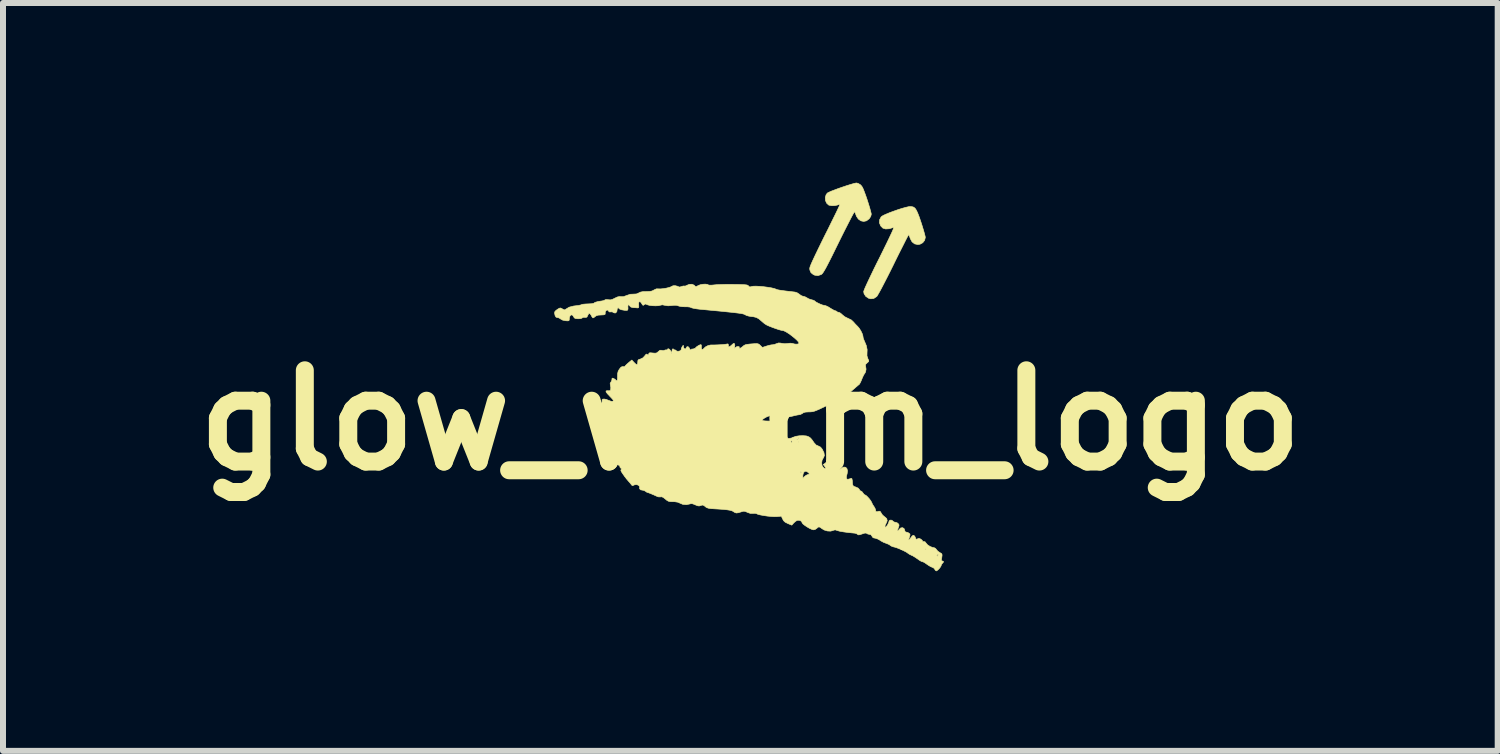
<source format=kicad_pcb>
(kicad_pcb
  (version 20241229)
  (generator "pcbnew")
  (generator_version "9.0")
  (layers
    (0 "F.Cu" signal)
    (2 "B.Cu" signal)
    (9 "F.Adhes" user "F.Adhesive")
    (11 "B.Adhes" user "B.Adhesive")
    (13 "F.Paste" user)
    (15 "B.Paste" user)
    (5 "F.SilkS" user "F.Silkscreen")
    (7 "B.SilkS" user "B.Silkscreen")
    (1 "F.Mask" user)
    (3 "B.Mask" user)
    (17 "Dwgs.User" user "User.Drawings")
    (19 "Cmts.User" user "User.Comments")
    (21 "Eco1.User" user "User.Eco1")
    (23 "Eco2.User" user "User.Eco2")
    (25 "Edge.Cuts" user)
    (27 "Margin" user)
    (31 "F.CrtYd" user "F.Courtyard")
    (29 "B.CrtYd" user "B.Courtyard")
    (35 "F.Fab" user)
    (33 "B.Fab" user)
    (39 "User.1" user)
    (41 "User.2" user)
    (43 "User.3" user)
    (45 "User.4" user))
  (footprint "glow_worm_logo"
    (layer "F.Cu")
    (at 9.478 3.967)
    (property "Reference" "glow_worm_logo" (at 0 0 0) (layer "F.SilkS") (effects (font (size 1.524 1.524) (thickness 0.3))))
    (attr through_hole)
    (fp_poly (pts (xy 2.7 -3.566) (xy 2.727 -3.558) (xy 2.75 -3.54) (xy 2.771 -3.509) (xy 2.793 -3.463) (xy 2.818 -3.399) (xy 2.847 -3.314) (xy 2.85 -3.305) (xy 2.873 -3.233) (xy 2.893 -3.166) (xy 2.909 -3.11) (xy 2.919 -3.069) (xy 2.921 -3.05) (xy 2.909 -3.003) (xy 2.878 -2.964) (xy 2.834 -2.94) (xy 2.797 -2.934) (xy 2.743 -2.945) (xy 2.7 -2.979) (xy 2.67 -3.034) (xy 2.666 -3.047) (xy 2.655 -3.078) (xy 2.645 -3.097) (xy 2.643 -3.098) (xy 2.636 -3.087) (xy 2.619 -3.056) (xy 2.593 -3.006) (xy 2.56 -2.94) (xy 2.52 -2.861) (xy 2.474 -2.77) (xy 2.425 -2.671) (xy 2.389 -2.597) (xy 2.334 -2.486) (xy 2.282 -2.383) (xy 2.234 -2.29) (xy 2.193 -2.211) (xy 2.158 -2.146) (xy 2.131 -2.099) (xy 2.114 -2.071) (xy 2.109 -2.066) (xy 2.061 -2.034) (xy 2.011 -2.028) (xy 1.973 -2.038) (xy 1.927 -2.069) (xy 1.899 -2.112) (xy 1.892 -2.149) (xy 1.898 -2.168) (xy 1.914 -2.208) (xy 1.94 -2.266) (xy 1.975 -2.341) (xy 2.018 -2.431) (xy 2.067 -2.533) (xy 2.123 -2.646) (xy 2.154 -2.707) (xy 2.222 -2.845) (xy 2.279 -2.961) (xy 2.324 -3.055) (xy 2.358 -3.127) (xy 2.381 -3.179) (xy 2.392 -3.21) (xy 2.393 -3.22) (xy 2.392 -3.22) (xy 2.318 -3.198) (xy 2.259 -3.194) (xy 2.213 -3.208) (xy 2.179 -3.242) (xy 2.176 -3.246) (xy 2.155 -3.297) (xy 2.158 -3.348) (xy 2.182 -3.393) (xy 2.192 -3.403) (xy 2.219 -3.42) (xy 2.265 -3.441) (xy 2.325 -3.466) (xy 2.393 -3.491) (xy 2.464 -3.516) (xy 2.533 -3.538) (xy 2.595 -3.555) (xy 2.643 -3.566) (xy 2.668 -3.569) (xy 2.7 -3.566)) (stroke (width 0.01) (type solid)) (fill yes) (layer "F.SilkS"))
    (fp_poly (pts (xy 1.801 -3.954) (xy 1.834 -3.935) (xy 1.84 -3.93) (xy 1.855 -3.914) (xy 1.871 -3.891) (xy 1.887 -3.857) (xy 1.906 -3.808) (xy 1.93 -3.742) (xy 1.949 -3.686) (xy 1.972 -3.614) (xy 1.992 -3.549) (xy 2.007 -3.494) (xy 2.017 -3.455) (xy 2.019 -3.439) (xy 2.01 -3.404) (xy 1.986 -3.367) (xy 1.982 -3.363) (xy 1.939 -3.33) (xy 1.892 -3.32) (xy 1.845 -3.33) (xy 1.803 -3.36) (xy 1.771 -3.408) (xy 1.764 -3.428) (xy 1.752 -3.46) (xy 1.742 -3.481) (xy 1.741 -3.483) (xy 1.734 -3.474) (xy 1.716 -3.444) (xy 1.69 -3.396) (xy 1.657 -3.332) (xy 1.617 -3.254) (xy 1.571 -3.164) (xy 1.521 -3.064) (xy 1.476 -2.973) (xy 1.414 -2.847) (xy 1.363 -2.743) (xy 1.32 -2.658) (xy 1.285 -2.59) (xy 1.257 -2.537) (xy 1.234 -2.498) (xy 1.216 -2.469) (xy 1.202 -2.45) (xy 1.19 -2.438) (xy 1.182 -2.433) (xy 1.128 -2.415) (xy 1.076 -2.422) (xy 1.051 -2.433) (xy 1.012 -2.465) (xy 0.993 -2.51) (xy 0.991 -2.539) (xy 0.997 -2.562) (xy 1.014 -2.606) (xy 1.043 -2.671) (xy 1.084 -2.758) (xy 1.135 -2.864) (xy 1.196 -2.989) (xy 1.245 -3.088) (xy 1.298 -3.193) (xy 1.346 -3.291) (xy 1.39 -3.38) (xy 1.428 -3.457) (xy 1.458 -3.52) (xy 1.48 -3.567) (xy 1.492 -3.595) (xy 1.495 -3.602) (xy 1.48 -3.602) (xy 1.455 -3.594) (xy 1.408 -3.584) (xy 1.357 -3.583) (xy 1.315 -3.591) (xy 1.307 -3.594) (xy 1.273 -3.626) (xy 1.254 -3.67) (xy 1.251 -3.72) (xy 1.265 -3.766) (xy 1.286 -3.794) (xy 1.307 -3.805) (xy 1.346 -3.823) (xy 1.401 -3.844) (xy 1.465 -3.868) (xy 1.534 -3.892) (xy 1.602 -3.915) (xy 1.666 -3.935) (xy 1.72 -3.951) (xy 1.758 -3.96) (xy 1.774 -3.962) (xy 1.801 -3.954)) (stroke (width 0.01) (type solid)) (fill yes) (layer "F.SilkS"))
    (fp_poly (pts (xy -0.715 -2.268) (xy -0.704 -2.261) (xy -0.685 -2.256) (xy -0.645 -2.256) (xy -0.603 -2.26) (xy -0.561 -2.264) (xy -0.499 -2.266) (xy -0.425 -2.268) (xy -0.344 -2.269) (xy -0.281 -2.268) (xy -0.198 -2.267) (xy -0.136 -2.265) (xy -0.093 -2.263) (xy -0.064 -2.26) (xy -0.046 -2.255) (xy -0.035 -2.248) (xy -0.03 -2.242) (xy -0.013 -2.226) (xy 0.009 -2.229) (xy 0.018 -2.232) (xy 0.047 -2.238) (xy 0.094 -2.239) (xy 0.155 -2.236) (xy 0.222 -2.23) (xy 0.289 -2.221) (xy 0.351 -2.211) (xy 0.401 -2.199) (xy 0.434 -2.187) (xy 0.438 -2.184) (xy 0.456 -2.179) (xy 0.492 -2.172) (xy 0.542 -2.165) (xy 0.578 -2.16) (xy 0.637 -2.153) (xy 0.69 -2.147) (xy 0.73 -2.142) (xy 0.744 -2.141) (xy 0.781 -2.129) (xy 0.816 -2.106) (xy 0.819 -2.103) (xy 0.85 -2.081) (xy 0.879 -2.07) (xy 0.883 -2.07) (xy 0.913 -2.062) (xy 0.942 -2.046) (xy 0.976 -2.027) (xy 1.017 -2.013) (xy 1.02 -2.013) (xy 1.052 -2.004) (xy 1.073 -1.994) (xy 1.074 -1.992) (xy 1.092 -1.977) (xy 1.126 -1.958) (xy 1.167 -1.939) (xy 1.206 -1.924) (xy 1.234 -1.918) (xy 1.237 -1.918) (xy 1.263 -1.911) (xy 1.301 -1.893) (xy 1.333 -1.873) (xy 1.371 -1.85) (xy 1.401 -1.834) (xy 1.417 -1.829) (xy 1.438 -1.821) (xy 1.441 -1.816) (xy 1.459 -1.805) (xy 1.473 -1.803) (xy 1.495 -1.795) (xy 1.525 -1.772) (xy 1.537 -1.76) (xy 1.577 -1.728) (xy 1.623 -1.705) (xy 1.63 -1.702) (xy 1.686 -1.675) (xy 1.721 -1.642) (xy 1.751 -1.608) (xy 1.781 -1.577) (xy 1.788 -1.571) (xy 1.817 -1.537) (xy 1.845 -1.493) (xy 1.867 -1.448) (xy 1.879 -1.41) (xy 1.88 -1.401) (xy 1.885 -1.37) (xy 1.9 -1.332) (xy 1.904 -1.323) (xy 1.936 -1.247) (xy 1.95 -1.179) (xy 1.948 -1.128) (xy 1.947 -1.075) (xy 1.962 -1.03) (xy 1.962 -1.028) (xy 1.976 -1) (xy 1.976 -0.983) (xy 1.96 -0.966) (xy 1.95 -0.958) (xy 1.926 -0.935) (xy 1.922 -0.913) (xy 1.925 -0.9) (xy 1.932 -0.853) (xy 1.924 -0.809) (xy 1.913 -0.787) (xy 1.895 -0.761) (xy 1.875 -0.72) (xy 1.85 -0.659) (xy 1.848 -0.654) (xy 1.832 -0.621) (xy 1.818 -0.599) (xy 1.814 -0.596) (xy 1.795 -0.581) (xy 1.76 -0.551) (xy 1.711 -0.508) (xy 1.651 -0.455) (xy 1.616 -0.422) (xy 1.578 -0.39) (xy 1.543 -0.367) (xy 1.519 -0.356) (xy 1.516 -0.356) (xy 1.487 -0.347) (xy 1.473 -0.337) (xy 1.451 -0.32) (xy 1.44 -0.318) (xy 1.414 -0.312) (xy 1.4 -0.306) (xy 1.381 -0.296) (xy 1.344 -0.278) (xy 1.293 -0.253) (xy 1.235 -0.225) (xy 1.218 -0.217) (xy 1.151 -0.185) (xy 1.102 -0.164) (xy 1.064 -0.15) (xy 1.032 -0.143) (xy 1 -0.14) (xy 0.977 -0.14) (xy 0.924 -0.137) (xy 0.889 -0.128) (xy 0.873 -0.117) (xy 0.841 -0.099) (xy 0.815 -0.093) (xy 0.784 -0.088) (xy 0.74 -0.079) (xy 0.711 -0.071) (xy 0.664 -0.061) (xy 0.605 -0.055) (xy 0.541 -0.053) (xy 0.481 -0.054) (xy 0.431 -0.06) (xy 0.4 -0.068) (xy 0.368 -0.077) (xy 0.338 -0.078) (xy 0.309 -0.071) (xy 0.273 -0.057) (xy 0.238 -0.038) (xy 0.211 -0.019) (xy 0.197 -0.003) (xy 0.198 0.001) (xy 0.213 0.007) (xy 0.247 0.011) (xy 0.292 0.013) (xy 0.298 0.013) (xy 0.347 0.013) (xy 0.377 0.016) (xy 0.396 0.025) (xy 0.411 0.041) (xy 0.42 0.054) (xy 0.439 0.081) (xy 0.451 0.098) (xy 0.453 0.1) (xy 0.467 0.105) (xy 0.489 0.109) (xy 0.522 0.117) (xy 0.541 0.128) (xy 0.558 0.151) (xy 0.579 0.189) (xy 0.597 0.231) (xy 0.608 0.268) (xy 0.61 0.281) (xy 0.62 0.299) (xy 0.646 0.305) (xy 0.676 0.298) (xy 0.8 0.298) (xy 0.806 0.305) (xy 0.813 0.298) (xy 0.806 0.292) (xy 0.8 0.298) (xy 0.676 0.298) (xy 0.685 0.297) (xy 0.715 0.284) (xy 0.759 0.268) (xy 0.817 0.259) (xy 0.878 0.257) (xy 0.932 0.261) (xy 0.957 0.268) (xy 0.984 0.281) (xy 1.006 0.298) (xy 1.029 0.325) (xy 1.059 0.368) (xy 1.061 0.372) (xy 1.098 0.413) (xy 1.132 0.428) (xy 1.172 0.448) (xy 1.199 0.481) (xy 1.229 0.541) (xy 1.236 0.59) (xy 1.22 0.627) (xy 1.218 0.629) (xy 1.198 0.666) (xy 1.191 0.711) (xy 1.197 0.755) (xy 1.216 0.787) (xy 1.218 0.789) (xy 1.247 0.809) (xy 1.261 0.81) (xy 1.257 0.794) (xy 1.245 0.775) (xy 1.218 0.738) (xy 1.25 0.717) (xy 1.273 0.694) (xy 1.273 0.675) (xy 1.27 0.661) (xy 1.282 0.667) (xy 1.283 0.669) (xy 1.31 0.682) (xy 1.333 0.688) (xy 1.353 0.693) (xy 1.363 0.708) (xy 1.368 0.739) (xy 1.369 0.753) (xy 1.374 0.787) (xy 1.381 0.805) (xy 1.385 0.806) (xy 1.396 0.808) (xy 1.397 0.812) (xy 1.406 0.816) (xy 1.428 0.806) (xy 1.431 0.804) (xy 1.468 0.784) (xy 1.49 0.78) (xy 1.496 0.795) (xy 1.495 0.8) (xy 1.492 0.815) (xy 1.5 0.815) (xy 1.522 0.8) (xy 1.524 0.798) (xy 1.561 0.781) (xy 1.592 0.785) (xy 1.613 0.808) (xy 1.622 0.844) (xy 1.616 0.892) (xy 1.612 0.906) (xy 1.604 0.941) (xy 1.604 0.969) (xy 1.605 0.971) (xy 1.614 0.983) (xy 1.631 0.985) (xy 1.662 0.977) (xy 1.685 0.969) (xy 1.696 0.976) (xy 1.702 1.006) (xy 1.704 1.031) (xy 1.707 1.07) (xy 1.715 1.092) (xy 1.731 1.105) (xy 1.761 1.115) (xy 1.8 1.133) (xy 1.819 1.154) (xy 1.82 1.157) (xy 1.833 1.177) (xy 1.845 1.181) (xy 1.863 1.191) (xy 1.88 1.213) (xy 1.897 1.236) (xy 1.911 1.245) (xy 1.93 1.254) (xy 1.956 1.278) (xy 1.985 1.31) (xy 2.01 1.343) (xy 2.025 1.37) (xy 2.026 1.372) (xy 2.04 1.404) (xy 2.063 1.439) (xy 2.065 1.441) (xy 2.083 1.473) (xy 2.092 1.502) (xy 2.091 1.505) (xy 2.097 1.525) (xy 2.121 1.527) (xy 2.148 1.518) (xy 2.166 1.52) (xy 2.182 1.543) (xy 2.184 1.548) (xy 2.206 1.581) (xy 2.238 1.609) (xy 2.243 1.612) (xy 2.277 1.642) (xy 2.285 1.677) (xy 2.269 1.716) (xy 2.267 1.72) (xy 2.252 1.75) (xy 2.248 1.769) (xy 2.251 1.786) (xy 2.263 1.781) (xy 2.268 1.777) (xy 2.29 1.75) (xy 2.308 1.713) (xy 2.317 1.683) (xy 2.328 1.669) (xy 2.35 1.666) (xy 2.372 1.675) (xy 2.377 1.681) (xy 2.398 1.698) (xy 2.418 1.702) (xy 2.449 1.711) (xy 2.468 1.725) (xy 2.481 1.743) (xy 2.482 1.761) (xy 2.472 1.79) (xy 2.47 1.796) (xy 2.457 1.832) (xy 2.456 1.849) (xy 2.466 1.846) (xy 2.483 1.824) (xy 2.51 1.798) (xy 2.54 1.793) (xy 2.565 1.806) (xy 2.578 1.835) (xy 2.578 1.844) (xy 2.588 1.864) (xy 2.601 1.867) (xy 2.63 1.874) (xy 2.648 1.885) (xy 2.664 1.899) (xy 2.666 1.916) (xy 2.657 1.946) (xy 2.656 1.949) (xy 2.645 1.986) (xy 2.646 2) (xy 2.658 1.992) (xy 2.678 1.963) (xy 2.704 1.929) (xy 2.726 1.92) (xy 2.745 1.936) (xy 2.754 1.956) (xy 2.765 1.982) (xy 2.778 1.987) (xy 2.791 1.98) (xy 2.814 1.972) (xy 2.839 1.981) (xy 2.849 1.987) (xy 2.87 2.005) (xy 2.877 2.019) (xy 2.876 2.02) (xy 2.881 2.025) (xy 2.893 2.024) (xy 2.917 2.029) (xy 2.934 2.051) (xy 2.96 2.081) (xy 3.001 2.107) (xy 3.044 2.124) (xy 3.067 2.127) (xy 3.09 2.138) (xy 3.107 2.158) (xy 3.129 2.185) (xy 3.162 2.208) (xy 3.165 2.21) (xy 3.188 2.222) (xy 3.199 2.235) (xy 3.201 2.256) (xy 3.196 2.293) (xy 3.192 2.315) (xy 3.19 2.341) (xy 3.202 2.349) (xy 3.205 2.349) (xy 3.224 2.356) (xy 3.221 2.373) (xy 3.207 2.388) (xy 3.191 2.409) (xy 3.188 2.42) (xy 3.179 2.442) (xy 3.159 2.47) (xy 3.134 2.496) (xy 3.112 2.513) (xy 3.105 2.515) (xy 3.088 2.504) (xy 3.08 2.489) (xy 3.062 2.467) (xy 3.038 2.455) (xy 3.009 2.443) (xy 2.971 2.42) (xy 2.949 2.405) (xy 2.915 2.381) (xy 2.886 2.365) (xy 2.874 2.362) (xy 2.853 2.355) (xy 2.821 2.336) (xy 2.789 2.313) (xy 2.749 2.286) (xy 2.713 2.264) (xy 2.709 2.262) (xy 3.111 2.262) (xy 3.119 2.269) (xy 3.124 2.267) (xy 3.136 2.25) (xy 3.137 2.246) (xy 3.129 2.24) (xy 3.124 2.242) (xy 3.112 2.258) (xy 3.111 2.262) (xy 2.709 2.262) (xy 2.692 2.255) (xy 2.657 2.238) (xy 2.635 2.223) (xy 2.604 2.201) (xy 2.557 2.177) (xy 2.505 2.153) (xy 2.921 2.153) (xy 2.927 2.159) (xy 2.934 2.153) (xy 2.927 2.146) (xy 2.921 2.153) (xy 2.505 2.153) (xy 2.503 2.152) (xy 2.45 2.131) (xy 2.406 2.117) (xy 2.398 2.116) (xy 2.363 2.105) (xy 2.338 2.091) (xy 2.337 2.089) (xy 2.315 2.074) (xy 2.28 2.059) (xy 2.269 2.055) (xy 2.224 2.038) (xy 2.178 2.013) (xy 2.166 2.004) (xy 2.128 1.983) (xy 2.092 1.97) (xy 2.08 1.968) (xy 2.049 1.961) (xy 2.032 1.937) (xy 2.012 1.91) (xy 1.99 1.905) (xy 1.96 1.899) (xy 1.946 1.89) (xy 1.93 1.883) (xy 1.905 1.885) (xy 1.866 1.898) (xy 1.826 1.911) (xy 1.803 1.913) (xy 1.791 1.906) (xy 1.791 1.905) (xy 1.771 1.892) (xy 1.744 1.885) (xy 1.642 1.875) (xy 1.559 1.864) (xy 1.495 1.853) (xy 1.455 1.842) (xy 1.452 1.841) (xy 1.419 1.83) (xy 1.393 1.834) (xy 1.38 1.841) (xy 1.338 1.851) (xy 1.285 1.848) (xy 1.233 1.832) (xy 1.195 1.809) (xy 1.164 1.786) (xy 1.142 1.78) (xy 1.122 1.792) (xy 1.111 1.803) (xy 1.081 1.823) (xy 1.054 1.829) (xy 1.027 1.822) (xy 0.989 1.805) (xy 0.948 1.781) (xy 0.909 1.755) (xy 0.879 1.731) (xy 0.864 1.712) (xy 0.864 1.709) (xy 0.853 1.687) (xy 0.826 1.672) (xy 0.794 1.669) (xy 0.784 1.671) (xy 0.756 1.686) (xy 0.727 1.712) (xy 0.724 1.715) (xy 0.692 1.751) (xy 0.626 1.724) (xy 0.582 1.702) (xy 0.555 1.677) (xy 0.539 1.648) (xy 0.517 1.601) (xy 0.446 1.608) (xy 0.403 1.609) (xy 0.347 1.606) (xy 0.286 1.6) (xy 0.224 1.591) (xy 0.17 1.581) (xy 0.128 1.571) (xy 0.107 1.561) (xy 0.08 1.553) (xy 0.045 1.555) (xy 0.000172 1.555) (xy -0.048 1.538) (xy -0.05 1.537) (xy -0.084 1.522) (xy -0.11 1.518) (xy -0.141 1.525) (xy -0.155 1.53) (xy -0.202 1.544) (xy -0.235 1.548) (xy -0.261 1.539) (xy -0.281 1.526) (xy -0.303 1.513) (xy -0.337 1.503) (xy -0.386 1.495) (xy -0.452 1.488) (xy -0.539 1.482) (xy -0.59 1.479) (xy -0.654 1.475) (xy -0.697 1.469) (xy -0.725 1.46) (xy -0.742 1.45) (xy -0.774 1.424) (xy -0.798 1.415) (xy -0.823 1.421) (xy -0.83 1.424) (xy -0.855 1.431) (xy -0.882 1.427) (xy -0.92 1.412) (xy -0.961 1.395) (xy -0.991 1.392) (xy -1.01 1.397) (xy -1.068 1.409) (xy -1.127 1.404) (xy -1.175 1.384) (xy -1.211 1.368) (xy -1.26 1.36) (xy -1.292 1.359) (xy -1.338 1.358) (xy -1.369 1.351) (xy -1.395 1.336) (xy -1.42 1.315) (xy -1.456 1.287) (xy -1.483 1.277) (xy -1.497 1.279) (xy -1.532 1.279) (xy -1.553 1.273) (xy -1.612 1.246) (xy -1.662 1.225) (xy -1.698 1.211) (xy -1.715 1.206) (xy -1.735 1.198) (xy -1.748 1.187) (xy -1.776 1.172) (xy -1.795 1.168) (xy -1.832 1.161) (xy -1.85 1.142) (xy -1.849 1.122) (xy -1.853 1.099) (xy -1.874 1.082) (xy -1.904 1.074) (xy -1.935 1.078) (xy -1.943 1.082) (xy -1.966 1.092) (xy -1.982 1.082) (xy -1.988 1.073) (xy -2.01 1.045) (xy -2.036 1.016) (xy -2.068 0.978) (xy -2.104 0.932) (xy -2.107 0.926) (xy 0.877 0.926) (xy 0.877 0.972) (xy 0.9 0.944) (xy 0.93 0.919) (xy 0.958 0.907) (xy 0.981 0.9) (xy 0.982 0.889) (xy 0.97 0.875) (xy 0.939 0.853) (xy 0.91 0.853) (xy 0.888 0.875) (xy 0.877 0.914) (xy 0.877 0.926) (xy -2.107 0.926) (xy -2.129 0.895) (xy 0.832 0.895) (xy 0.84 0.893) (xy 0.84 0.892) (xy 0.849 0.87) (xy 0.848 0.862) (xy 0.842 0.859) (xy 0.835 0.875) (xy 0.832 0.895) (xy -2.129 0.895) (xy -2.135 0.887) (xy -2.155 0.855) (xy -2.163 0.832) (xy -2.155 0.821) (xy -2.155 0.821) (xy -2.15 0.811) (xy -2.162 0.8) (xy -2.177 0.784) (xy -2.178 0.774) (xy -2.182 0.761) (xy -2.203 0.747) (xy -2.225 0.735) (xy -2.227 0.722) (xy -2.215 0.701) (xy -2.205 0.682) (xy -2.208 0.678) (xy -2.209 0.679) (xy -2.229 0.682) (xy -2.263 0.681) (xy -2.28 0.679) (xy -2.315 0.672) (xy -2.332 0.662) (xy -2.337 0.644) (xy -2.337 0.634) (xy -2.332 0.605) (xy -2.321 0.589) (xy -2.317 0.579) (xy -2.337 0.571) (xy -2.361 0.558) (xy -2.365 0.542) (xy -2.367 0.524) (xy -2.372 0.521) (xy -2.379 0.51) (xy -2.381 0.486) (xy -2.389 0.445) (xy -2.414 0.416) (xy -2.447 0.406) (xy -2.47 0.405) (xy -2.477 0.403) (xy -2.479 0.39) (xy -2.483 0.36) (xy -2.483 0.356) (xy 0.676 0.356) (xy 0.681 0.37) (xy 0.69 0.38) (xy 0.696 0.37) (xy 0.696 0.368) (xy 0.8 0.368) (xy 0.805 0.379) (xy 0.809 0.377) (xy 0.81 0.362) (xy 0.809 0.36) (xy 0.801 0.362) (xy 0.8 0.368) (xy 0.696 0.368) (xy 0.696 0.35) (xy 0.693 0.346) (xy 0.681 0.343) (xy 0.676 0.356) (xy -2.483 0.356) (xy -2.485 0.344) (xy -2.488 0.324) (xy 0.775 0.324) (xy 0.781 0.33) (xy 0.787 0.324) (xy 0.781 0.318) (xy 0.775 0.324) (xy -2.488 0.324) (xy -2.493 0.303) (xy -2.505 0.269) (xy -2.509 0.262) (xy -2.524 0.23) (xy -2.525 0.204) (xy -2.513 0.191) (xy -2.508 0.191) (xy -2.491 0.184) (xy -2.489 0.178) (xy -2.499 0.166) (xy -2.508 0.165) (xy -2.526 0.154) (xy -2.536 0.124) (xy -2.538 0.082) (xy -2.534 0.056) (xy -2.532 0.019) (xy -2.539 -0.006) (xy -2.545 -0.019) (xy -2.548 -0.044) (xy -2.547 -0.083) (xy -2.541 -0.141) (xy -2.532 -0.219) (xy -2.525 -0.257) (xy -2.515 -0.275) (xy -2.501 -0.279) (xy -2.48 -0.289) (xy -2.474 -0.319) (xy -2.476 -0.34) (xy -2.467 -0.352) (xy -2.442 -0.355) (xy -2.406 -0.348) (xy -2.366 -0.332) (xy -2.365 -0.332) (xy -2.325 -0.317) (xy -2.297 -0.316) (xy -2.286 -0.329) (xy -2.286 -0.331) (xy -2.294 -0.344) (xy -2.317 -0.37) (xy -2.348 -0.402) (xy -2.349 -0.404) (xy -2.389 -0.446) (xy -2.409 -0.474) (xy -2.409 -0.49) (xy -2.389 -0.494) (xy -2.376 -0.493) (xy -2.347 -0.493) (xy -2.334 -0.506) (xy -2.332 -0.515) (xy -2.33 -0.546) (xy -2.336 -0.581) (xy -2.341 -0.614) (xy -2.331 -0.634) (xy -2.329 -0.636) (xy -2.315 -0.66) (xy -2.311 -0.681) (xy -2.309 -0.701) (xy -2.297 -0.703) (xy -2.28 -0.696) (xy -2.256 -0.682) (xy -2.248 -0.671) (xy -2.238 -0.661) (xy -2.232 -0.66) (xy -2.222 -0.67) (xy -2.218 -0.702) (xy -2.218 -0.733) (xy -2.216 -0.782) (xy -2.207 -0.818) (xy -2.187 -0.853) (xy -2.186 -0.854) (xy -2.161 -0.885) (xy -2.14 -0.896) (xy -2.124 -0.895) (xy -2.102 -0.894) (xy -2.096 -0.899) (xy -2.086 -0.912) (xy -2.063 -0.935) (xy -2.037 -0.958) (xy -1.979 -1.006) (xy -1.943 -0.967) (xy -1.912 -0.937) (xy -1.892 -0.93) (xy -1.882 -0.944) (xy -1.88 -0.97) (xy -1.877 -1) (xy -1.863 -1.015) (xy -1.838 -1.021) (xy -1.794 -1.042) (xy -1.765 -1.073) (xy -1.744 -1.099) (xy -1.731 -1.106) (xy -1.719 -1.098) (xy -1.707 -1.087) (xy -1.7 -1.098) (xy -1.698 -1.105) (xy -1.691 -1.121) (xy -1.677 -1.127) (xy -1.647 -1.125) (xy -1.629 -1.123) (xy -1.59 -1.12) (xy -1.565 -1.124) (xy -1.544 -1.14) (xy -1.536 -1.147) (xy -1.511 -1.168) (xy -1.49 -1.17) (xy -1.483 -1.167) (xy -1.45 -1.163) (xy -1.435 -1.169) (xy -1.41 -1.176) (xy -1.397 -1.175) (xy -1.385 -1.176) (xy -1.384 -1.18) (xy -1.377 -1.194) (xy -1.361 -1.192) (xy -1.342 -1.176) (xy -1.327 -1.153) (xy -1.309 -1.111) (xy -1.309 -1.153) (xy -1.304 -1.183) (xy -1.292 -1.194) (xy -1.277 -1.183) (xy -1.276 -1.181) (xy -1.262 -1.173) (xy -1.258 -1.174) (xy -1.245 -1.171) (xy -1.241 -1.164) (xy -1.225 -1.153) (xy -1.198 -1.152) (xy -1.171 -1.16) (xy -1.156 -1.175) (xy -1.155 -1.179) (xy -1.151 -1.202) (xy -1.14 -1.225) (xy -1.128 -1.244) (xy -1.119 -1.25) (xy -1.117 -1.245) (xy -1.115 -1.222) (xy -1.116 -1.217) (xy -1.108 -1.203) (xy -1.099 -1.194) (xy -1.084 -1.188) (xy -1.074 -1.204) (xy -1.073 -1.206) (xy -1.058 -1.228) (xy -1.038 -1.228) (xy -1.019 -1.207) (xy -1.015 -1.197) (xy -1.004 -1.175) (xy -0.994 -1.176) (xy -0.991 -1.18) (xy -0.975 -1.191) (xy -0.967 -1.189) (xy -0.95 -1.19) (xy -0.946 -1.194) (xy -0.93 -1.201) (xy -0.923 -1.198) (xy -0.915 -1.196) (xy -0.918 -1.2) (xy -0.914 -1.212) (xy -0.894 -1.229) (xy -0.868 -1.246) (xy -0.842 -1.259) (xy -0.824 -1.263) (xy -0.823 -1.262) (xy -0.817 -1.247) (xy -0.818 -1.219) (xy -0.815 -1.19) (xy -0.801 -1.18) (xy -0.783 -1.191) (xy -0.779 -1.197) (xy -0.749 -1.225) (xy -0.707 -1.247) (xy -0.662 -1.257) (xy -0.658 -1.257) (xy -0.605 -1.257) (xy -0.547 -1.259) (xy -0.49 -1.262) (xy -0.439 -1.266) (xy -0.401 -1.271) (xy -0.383 -1.275) (xy -0.371 -1.273) (xy -0.366 -1.252) (xy -0.367 -1.228) (xy -0.36 -1.224) (xy -0.342 -1.233) (xy -0.32 -1.248) (xy -0.305 -1.263) (xy -0.281 -1.283) (xy -0.265 -1.28) (xy -0.259 -1.255) (xy -0.261 -1.235) (xy -0.264 -1.207) (xy -0.261 -1.2) (xy -0.254 -1.21) (xy -0.231 -1.227) (xy -0.208 -1.232) (xy -0.187 -1.228) (xy -0.184 -1.22) (xy -0.188 -1.204) (xy -0.176 -1.201) (xy -0.155 -1.21) (xy -0.13 -1.229) (xy -0.129 -1.23) (xy -0.108 -1.248) (xy -0.085 -1.26) (xy -0.054 -1.267) (xy -0.007 -1.273) (xy 0.019 -1.275) (xy 0.073 -1.279) (xy 0.108 -1.28) (xy 0.13 -1.276) (xy 0.148 -1.267) (xy 0.166 -1.25) (xy 0.166 -1.25) (xy 0.201 -1.216) (xy 0.267 -1.238) (xy 0.311 -1.251) (xy 0.351 -1.259) (xy 0.367 -1.26) (xy 0.402 -1.266) (xy 0.437 -1.279) (xy 0.472 -1.291) (xy 0.509 -1.288) (xy 0.52 -1.285) (xy 0.575 -1.278) (xy 0.622 -1.282) (xy 0.666 -1.287) (xy 0.702 -1.283) (xy 0.708 -1.281) (xy 0.745 -1.272) (xy 0.781 -1.271) (xy 0.805 -1.277) (xy 0.813 -1.287) (xy 0.803 -1.309) (xy 0.776 -1.339) (xy 0.736 -1.375) (xy 0.69 -1.412) (xy 0.642 -1.447) (xy 0.596 -1.476) (xy 0.559 -1.494) (xy 0.538 -1.499) (xy 0.513 -1.503) (xy 0.471 -1.515) (xy 0.42 -1.532) (xy 0.365 -1.552) (xy 0.314 -1.572) (xy 0.274 -1.59) (xy 0.269 -1.593) (xy 0.237 -1.613) (xy 0.201 -1.643) (xy 0.19 -1.653) (xy 0.143 -1.693) (xy 0.1 -1.717) (xy 0.05 -1.729) (xy 0.019 -1.732) (xy -0.026 -1.739) (xy -0.064 -1.75) (xy -0.078 -1.757) (xy -0.089 -1.763) (xy -0.1 -1.769) (xy -0.115 -1.774) (xy -0.135 -1.779) (xy -0.163 -1.784) (xy -0.2 -1.789) (xy -0.249 -1.795) (xy -0.311 -1.802) (xy -0.389 -1.81) (xy -0.485 -1.82) (xy -0.601 -1.831) (xy -0.739 -1.844) (xy -0.836 -1.853) (xy -0.893 -1.86) (xy -0.941 -1.868) (xy -0.975 -1.876) (xy -0.986 -1.881) (xy -1.01 -1.89) (xy -1.052 -1.895) (xy -1.089 -1.895) (xy -1.14 -1.897) (xy -1.183 -1.904) (xy -1.206 -1.911) (xy -1.236 -1.92) (xy -1.277 -1.92) (xy -1.308 -1.916) (xy -1.374 -1.911) (xy -1.426 -1.919) (xy -1.47 -1.928) (xy -1.502 -1.921) (xy -1.536 -1.913) (xy -1.584 -1.911) (xy -1.637 -1.913) (xy -1.685 -1.919) (xy -1.72 -1.929) (xy -1.724 -1.931) (xy -1.748 -1.942) (xy -1.766 -1.935) (xy -1.768 -1.933) (xy -1.787 -1.919) (xy -1.801 -1.926) (xy -1.814 -1.949) (xy -1.831 -1.973) (xy -1.848 -1.981) (xy -1.86 -1.975) (xy -1.865 -1.953) (xy -1.864 -1.927) (xy -1.863 -1.894) (xy -1.868 -1.879) (xy -1.883 -1.876) (xy -1.892 -1.877) (xy -1.931 -1.88) (xy -1.959 -1.881) (xy -1.994 -1.89) (xy -2.01 -1.905) (xy -2.029 -1.927) (xy -2.041 -1.925) (xy -2.045 -1.899) (xy -2.044 -1.895) (xy -2.043 -1.858) (xy -2.049 -1.839) (xy -2.068 -1.834) (xy -2.107 -1.837) (xy -2.111 -1.838) (xy -2.151 -1.845) (xy -2.18 -1.856) (xy -2.188 -1.862) (xy -2.205 -1.879) (xy -2.219 -1.872) (xy -2.223 -1.855) (xy -2.229 -1.815) (xy -2.248 -1.793) (xy -2.261 -1.791) (xy -2.285 -1.797) (xy -2.292 -1.803) (xy -2.309 -1.811) (xy -2.33 -1.809) (xy -2.357 -1.81) (xy -2.366 -1.822) (xy -2.381 -1.84) (xy -2.4 -1.838) (xy -2.416 -1.823) (xy -2.424 -1.796) (xy -2.423 -1.776) (xy -2.428 -1.766) (xy -2.452 -1.76) (xy -2.492 -1.758) (xy -2.541 -1.755) (xy -2.573 -1.745) (xy -2.596 -1.729) (xy -2.616 -1.712) (xy -2.63 -1.71) (xy -2.644 -1.727) (xy -2.661 -1.758) (xy -2.679 -1.782) (xy -2.697 -1.782) (xy -2.713 -1.755) (xy -2.714 -1.751) (xy -2.728 -1.724) (xy -2.745 -1.717) (xy -2.76 -1.719) (xy -2.792 -1.719) (xy -2.805 -1.71) (xy -2.829 -1.698) (xy -2.872 -1.695) (xy -2.879 -1.695) (xy -2.918 -1.699) (xy -2.939 -1.709) (xy -2.948 -1.724) (xy -2.966 -1.753) (xy -2.988 -1.76) (xy -3.008 -1.748) (xy -3.021 -1.717) (xy -3.023 -1.697) (xy -3.024 -1.673) (xy -3.032 -1.662) (xy -3.053 -1.66) (xy -3.083 -1.662) (xy -3.133 -1.672) (xy -3.166 -1.69) (xy -3.166 -1.69) (xy -3.195 -1.709) (xy -3.22 -1.715) (xy -3.243 -1.721) (xy -3.258 -1.743) (xy -3.262 -1.756) (xy -3.269 -1.791) (xy -3.264 -1.814) (xy -3.244 -1.835) (xy -3.22 -1.852) (xy -3.191 -1.87) (xy -3.172 -1.875) (xy -3.151 -1.867) (xy -3.138 -1.859) (xy -3.111 -1.845) (xy -3.094 -1.845) (xy -3.077 -1.857) (xy -3.026 -1.888) (xy -2.953 -1.907) (xy -2.912 -1.912) (xy -2.869 -1.917) (xy -2.833 -1.925) (xy -2.821 -1.93) (xy -2.796 -1.937) (xy -2.754 -1.941) (xy -2.707 -1.943) (xy -2.648 -1.946) (xy -2.613 -1.954) (xy -2.605 -1.961) (xy -2.585 -1.971) (xy -2.549 -1.981) (xy -2.515 -1.987) (xy -2.473 -1.993) (xy -2.442 -2.001) (xy -2.431 -2.008) (xy -2.414 -2.015) (xy -2.38 -2.014) (xy -2.374 -2.013) (xy -2.337 -2.01) (xy -2.302 -2.019) (xy -2.264 -2.038) (xy -2.219 -2.059) (xy -2.183 -2.066) (xy -2.161 -2.064) (xy -2.118 -2.064) (xy -2.069 -2.082) (xy -2.067 -2.083) (xy -2.004 -2.104) (xy -1.957 -2.106) (xy -1.902 -2.109) (xy -1.863 -2.126) (xy -1.834 -2.14) (xy -1.793 -2.148) (xy -1.737 -2.149) (xy -1.683 -2.151) (xy -1.647 -2.157) (xy -1.619 -2.169) (xy -1.612 -2.174) (xy -1.57 -2.194) (xy -1.535 -2.194) (xy -1.5 -2.193) (xy -1.453 -2.198) (xy -1.403 -2.206) (xy -1.358 -2.217) (xy -1.326 -2.228) (xy -1.316 -2.234) (xy -1.291 -2.246) (xy -1.254 -2.247) (xy -1.217 -2.238) (xy -1.207 -2.233) (xy -1.182 -2.224) (xy -1.151 -2.232) (xy -1.149 -2.233) (xy -1.121 -2.242) (xy -1.103 -2.241) (xy -1.085 -2.241) (xy -1.06 -2.253) (xy -1.018 -2.27) (xy -0.974 -2.271) (xy -0.939 -2.256) (xy -0.932 -2.249) (xy -0.917 -2.234) (xy -0.903 -2.232) (xy -0.88 -2.244) (xy -0.871 -2.249) (xy -0.836 -2.263) (xy -0.792 -2.271) (xy -0.749 -2.273) (xy -0.715 -2.268)) (stroke (width 0.01) (type solid)) (fill yes) (layer "F.SilkS")))
  (gr_rect
    (start -3 -3)
    (end 21.956 9.487)
    (stroke (width 0.1) (type default))
    (fill no)
    (layer "Edge.Cuts")))
</source>
